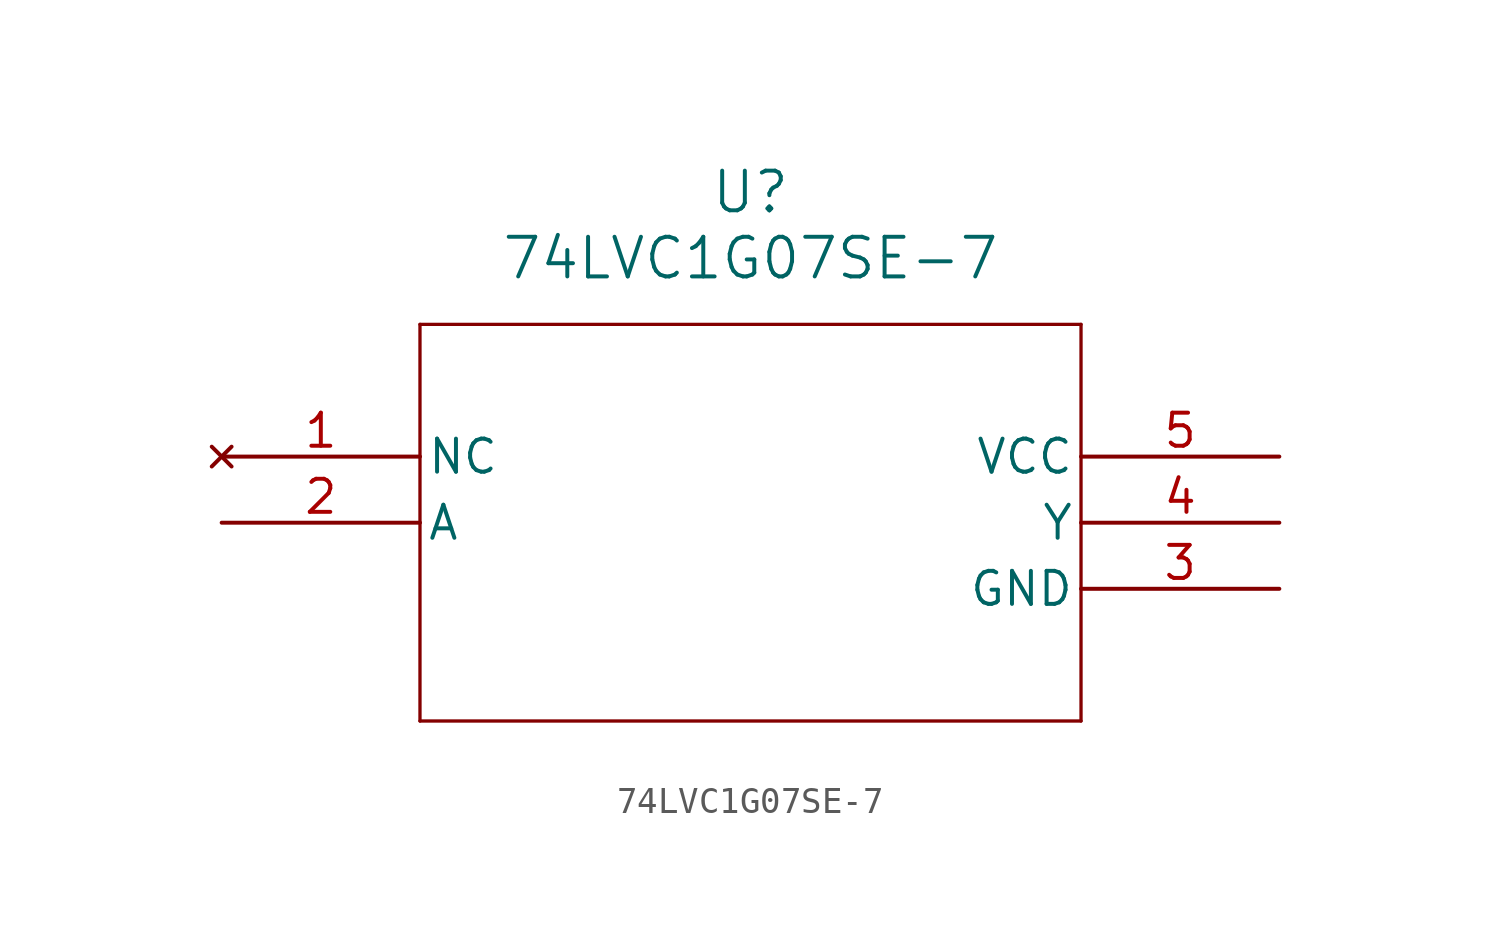
<source format=kicad_sym>
(kicad_symbol_lib
  (version 20241209)
  (generator "kicad_symbol_editor")
  (generator_version "9.0")
  (symbol "74LVC1G07SE-7"
    (pin_names
      (offset 0.254))
    (property "Reference" "U"
      (at 20.32 10.16 0)
      (effects (font (size 1.524 1.524))))
    (property "Value" "74LVC1G07SE-7"
      (at 20.32 7.62 0)
      (effects (font (size 1.524 1.524))))
    (property "ki_locked" ""
      (at 0 0 0)
      (effects (font (size 1.27 1.27))))
    (symbol "74LVC1G07SE-7_0_1"
      (polyline (pts (xy 7.62 5.08) (xy 7.62 -10.16)) (stroke (width 0.127) (type default)) (fill (type none)))
      (polyline (pts (xy 7.62 -10.16) (xy 33.02 -10.16)) (stroke (width 0.127) (type default)) (fill (type none)))
      (polyline (pts (xy 33.02 5.08) (xy 7.62 5.08)) (stroke (width 0.127) (type default)) (fill (type none)))
      (polyline (pts (xy 33.02 -10.16) (xy 33.02 5.08)) (stroke (width 0.127) (type default)) (fill (type none)))
      (pin no_connect line (at 0 0 0) (length 7.62) (name "NC" (effects (font (size 1.27 1.27)))) (number "1" (effects (font (size 1.27 1.27)))))
      (pin input line (at 0 -2.54 0) (length 7.62) (name "A" (effects (font (size 1.27 1.27)))) (number "2" (effects (font (size 1.27 1.27)))))
      (pin power_in line (at 40.64 0 180) (length 7.62) (name "VCC" (effects (font (size 1.27 1.27)))) (number "5" (effects (font (size 1.27 1.27)))))
      (pin output line (at 40.64 -2.54 180) (length 7.62) (name "Y" (effects (font (size 1.27 1.27)))) (number "4" (effects (font (size 1.27 1.27)))))
      (pin power_out line (at 40.64 -5.08 180) (length 7.62) (name "GND" (effects (font (size 1.27 1.27)))) (number "3" (effects (font (size 1.27 1.27))))))))
</source>
